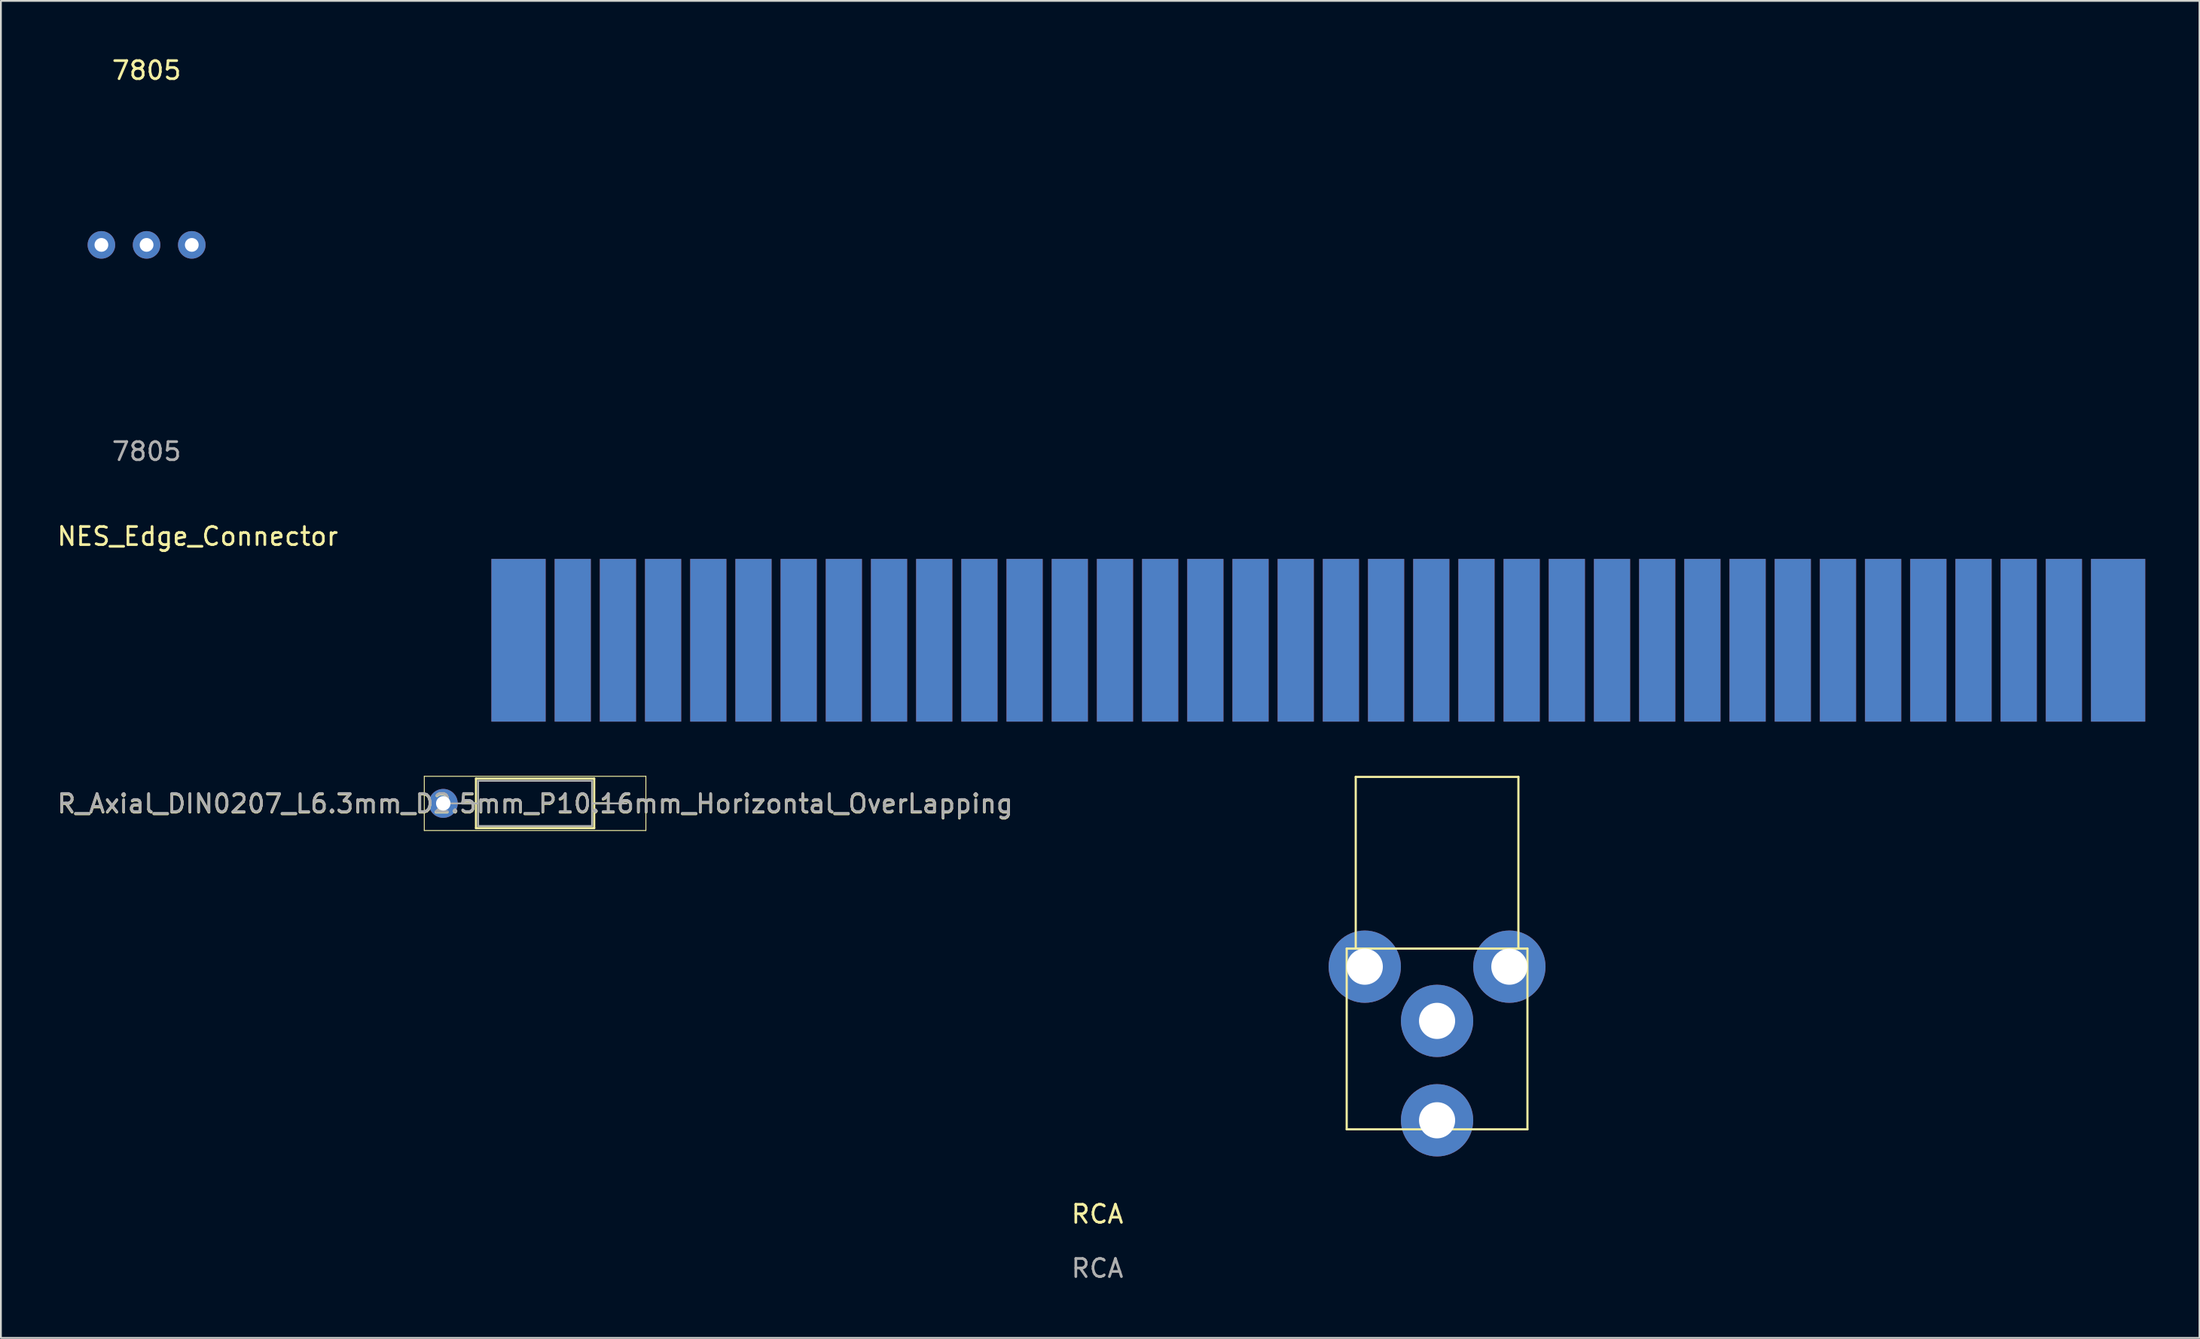
<source format=kicad_pcb>
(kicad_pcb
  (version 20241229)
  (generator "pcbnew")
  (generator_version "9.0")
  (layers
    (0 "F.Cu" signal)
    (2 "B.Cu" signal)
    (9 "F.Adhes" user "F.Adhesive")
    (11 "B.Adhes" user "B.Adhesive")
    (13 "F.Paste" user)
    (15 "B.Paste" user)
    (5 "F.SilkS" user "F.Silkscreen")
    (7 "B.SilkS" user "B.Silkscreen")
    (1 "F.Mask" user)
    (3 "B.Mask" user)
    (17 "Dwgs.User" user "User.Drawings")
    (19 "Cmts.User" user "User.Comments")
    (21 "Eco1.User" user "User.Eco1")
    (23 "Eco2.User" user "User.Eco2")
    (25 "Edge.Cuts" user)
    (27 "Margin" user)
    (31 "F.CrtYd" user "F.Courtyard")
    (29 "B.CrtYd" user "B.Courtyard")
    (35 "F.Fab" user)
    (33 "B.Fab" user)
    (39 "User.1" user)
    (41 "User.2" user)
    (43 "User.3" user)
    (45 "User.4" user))
  (footprint "7805"
    (layer "F.Cu")
    (at 5.06 10.5)
    (property "Reference" "7805" (at 0 -9.652 0) (unlocked yes) (layer "F.SilkS") (effects (font (size 1 1) (thickness 0.15))))
    (attr through_hole)
    (fp_line (start -5 -2.25) (end 5 -2.25) (stroke (width 0.12) (type solid)) (layer "F.Mask"))
    (fp_line (start -5 2.25) (end -5 -2.25) (stroke (width 0.12) (type solid)) (layer "F.Mask"))
    (fp_line (start 5 -2.25) (end 5 2.25) (stroke (width 0.12) (type solid)) (layer "F.Mask"))
    (fp_line (start 5 2.25) (end -5 2.25) (stroke (width 0.12) (type solid)) (layer "F.Mask"))
    (fp_text user "${REFERENCE}" (at 0 11.43 0) (unlocked yes) (layer "F.Fab") (effects (font (size 1 1) (thickness 0.15))))
    (pad "1" thru_hole circle (at -2.5 0) (size 1.524 1.524) (drill 0.762) (layers "*.Cu" "*.Mask"))
    (pad "2" thru_hole circle (at 0 0) (size 1.524 1.524) (drill 0.762) (layers "*.Cu" "*.Mask"))
    (pad "3" thru_hole circle (at 2.5 0) (size 1.524 1.524) (drill 0.762) (layers "*.Cu" "*.Mask")))
  (footprint "NES_Edge_Connector"
    (layer "F.Cu")
    (at 7.887 26.127)
    (property "Reference" "NES_Edge_Connector" (at 0 0.5 0) (layer "F.SilkS") (effects (font (size 1 1) (thickness 0.15))))
    (attr through_hole)
    (pad "1" smd rect (at 17.75 6.25) (size 3 9) (layers "F.Cu" "F.Mask" "F.Paste"))
    (pad "1" smd rect (at 17.75 6.25) (size 3 9) (layers "B.Cu" "B.Mask" "B.Paste"))
    (pad "2" smd rect (at 20.75 6.25) (size 2 9) (layers "F.Cu" "F.Mask" "F.Paste"))
    (pad "2" smd rect (at 20.75 6.25) (size 2 9) (layers "B.Cu" "B.Mask" "B.Paste"))
    (pad "3" smd rect (at 23.25 6.25) (size 2 9) (layers "F.Cu" "F.Mask" "F.Paste"))
    (pad "3" smd rect (at 23.25 6.25) (size 2 9) (layers "B.Cu" "B.Mask" "B.Paste"))
    (pad "4" smd rect (at 25.75 6.25) (size 2 9) (layers "F.Cu" "F.Mask" "F.Paste"))
    (pad "4" smd rect (at 25.75 6.25) (size 2 9) (layers "B.Cu" "B.Mask" "B.Paste"))
    (pad "5" smd rect (at 28.25 6.25) (size 2 9) (layers "F.Cu" "F.Mask" "F.Paste"))
    (pad "5" smd rect (at 28.25 6.25) (size 2 9) (layers "B.Cu" "B.Mask" "B.Paste"))
    (pad "6" smd rect (at 30.75 6.25) (size 2 9) (layers "F.Cu" "F.Mask" "F.Paste"))
    (pad "6" smd rect (at 30.75 6.25) (size 2 9) (layers "B.Cu" "B.Mask" "B.Paste"))
    (pad "7" smd rect (at 33.25 6.25) (size 2 9) (layers "F.Cu" "F.Mask" "F.Paste"))
    (pad "7" smd rect (at 33.25 6.25) (size 2 9) (layers "B.Cu" "B.Mask" "B.Paste"))
    (pad "8" smd rect (at 35.75 6.25) (size 2 9) (layers "F.Cu" "F.Mask" "F.Paste"))
    (pad "8" smd rect (at 35.75 6.25) (size 2 9) (layers "B.Cu" "B.Mask" "B.Paste"))
    (pad "9" smd rect (at 38.25 6.25) (size 2 9) (layers "F.Cu" "F.Mask" "F.Paste"))
    (pad "9" smd rect (at 38.25 6.25) (size 2 9) (layers "B.Cu" "B.Mask" "B.Paste"))
    (pad "10" smd rect (at 40.75 6.25) (size 2 9) (layers "F.Cu" "F.Mask" "F.Paste"))
    (pad "10" smd rect (at 40.75 6.25) (size 2 9) (layers "B.Cu" "B.Mask" "B.Paste"))
    (pad "11" smd rect (at 43.25 6.25) (size 2 9) (layers "F.Cu" "F.Mask" "F.Paste"))
    (pad "11" smd rect (at 43.25 6.25) (size 2 9) (layers "B.Cu" "B.Mask" "B.Paste"))
    (pad "12" smd rect (at 45.75 6.25) (size 2 9) (layers "F.Cu" "F.Mask" "F.Paste"))
    (pad "12" smd rect (at 45.75 6.25) (size 2 9) (layers "B.Cu" "B.Mask" "B.Paste"))
    (pad "13" smd rect (at 48.25 6.25) (size 2 9) (layers "F.Cu" "F.Mask" "F.Paste"))
    (pad "13" smd rect (at 48.25 6.25) (size 2 9) (layers "B.Cu" "B.Mask" "B.Paste"))
    (pad "14" smd rect (at 50.75 6.25) (size 2 9) (layers "F.Cu" "F.Mask" "F.Paste"))
    (pad "14" smd rect (at 50.75 6.25) (size 2 9) (layers "B.Cu" "B.Mask" "B.Paste"))
    (pad "15" smd rect (at 53.25 6.25) (size 2 9) (layers "F.Cu" "F.Mask" "F.Paste"))
    (pad "15" smd rect (at 53.25 6.25) (size 2 9) (layers "B.Cu" "B.Mask" "B.Paste"))
    (pad "16" smd rect (at 55.75 6.25) (size 2 9) (layers "F.Cu" "F.Mask" "F.Paste"))
    (pad "16" smd rect (at 55.75 6.25) (size 2 9) (layers "B.Cu" "B.Mask" "B.Paste"))
    (pad "17" smd rect (at 58.25 6.25) (size 2 9) (layers "F.Cu" "F.Mask" "F.Paste"))
    (pad "17" smd rect (at 58.25 6.25) (size 2 9) (layers "B.Cu" "B.Mask" "B.Paste"))
    (pad "18" smd rect (at 60.75 6.25) (size 2 9) (layers "F.Cu" "F.Mask" "F.Paste"))
    (pad "18" smd rect (at 60.75 6.25) (size 2 9) (layers "B.Cu" "B.Mask" "B.Paste"))
    (pad "19" smd rect (at 63.25 6.25) (size 2 9) (layers "F.Cu" "F.Mask" "F.Paste"))
    (pad "19" smd rect (at 63.25 6.25) (size 2 9) (layers "B.Cu" "B.Mask" "B.Paste"))
    (pad "20" smd rect (at 65.75 6.25) (size 2 9) (layers "F.Cu" "F.Mask" "F.Paste"))
    (pad "20" smd rect (at 65.75 6.25) (size 2 9) (layers "B.Cu" "B.Mask" "B.Paste"))
    (pad "21" smd rect (at 68.25 6.25) (size 2 9) (layers "F.Cu" "F.Mask" "F.Paste"))
    (pad "21" smd rect (at 68.25 6.25) (size 2 9) (layers "B.Cu" "B.Mask" "B.Paste"))
    (pad "22" smd rect (at 70.75 6.25) (size 2 9) (layers "F.Cu" "F.Mask" "F.Paste"))
    (pad "22" smd rect (at 70.75 6.25) (size 2 9) (layers "B.Cu" "B.Mask" "B.Paste"))
    (pad "23" smd rect (at 73.25 6.25) (size 2 9) (layers "F.Cu" "F.Mask" "F.Paste"))
    (pad "23" smd rect (at 73.25 6.25) (size 2 9) (layers "B.Cu" "B.Mask" "B.Paste"))
    (pad "24" smd rect (at 75.75 6.25) (size 2 9) (layers "F.Cu" "F.Mask" "F.Paste"))
    (pad "24" smd rect (at 75.75 6.25) (size 2 9) (layers "B.Cu" "B.Mask" "B.Paste"))
    (pad "25" smd rect (at 78.25 6.25) (size 2 9) (layers "F.Cu" "F.Mask" "F.Paste"))
    (pad "25" smd rect (at 78.25 6.25) (size 2 9) (layers "B.Cu" "B.Mask" "B.Paste"))
    (pad "26" smd rect (at 80.75 6.25) (size 2 9) (layers "F.Cu" "F.Mask" "F.Paste"))
    (pad "26" smd rect (at 80.75 6.25) (size 2 9) (layers "B.Cu" "B.Mask" "B.Paste"))
    (pad "27" smd rect (at 83.25 6.25) (size 2 9) (layers "F.Cu" "F.Mask" "F.Paste"))
    (pad "27" smd rect (at 83.25 6.25) (size 2 9) (layers "B.Cu" "B.Mask" "B.Paste"))
    (pad "28" smd rect (at 85.75 6.25) (size 2 9) (layers "F.Cu" "F.Mask" "F.Paste"))
    (pad "28" smd rect (at 85.75 6.25) (size 2 9) (layers "B.Cu" "B.Mask" "B.Paste"))
    (pad "29" smd rect (at 88.25 6.25) (size 2 9) (layers "F.Cu" "F.Mask" "F.Paste"))
    (pad "29" smd rect (at 88.25 6.25) (size 2 9) (layers "B.Cu" "B.Mask" "B.Paste"))
    (pad "30" smd rect (at 90.75 6.25) (size 2 9) (layers "F.Cu" "F.Mask" "F.Paste"))
    (pad "30" smd rect (at 90.75 6.25) (size 2 9) (layers "B.Cu" "B.Mask" "B.Paste"))
    (pad "31" smd rect (at 93.25 6.25) (size 2 9) (layers "F.Cu" "F.Mask" "F.Paste"))
    (pad "31" smd rect (at 93.25 6.25) (size 2 9) (layers "B.Cu" "B.Mask" "B.Paste"))
    (pad "32" smd rect (at 95.75 6.25) (size 2 9) (layers "F.Cu" "F.Mask" "F.Paste"))
    (pad "32" smd rect (at 95.75 6.25) (size 2 9) (layers "B.Cu" "B.Mask" "B.Paste"))
    (pad "33" smd rect (at 98.25 6.25) (size 2 9) (layers "F.Cu" "F.Mask" "F.Paste"))
    (pad "33" smd rect (at 98.25 6.25) (size 2 9) (layers "B.Cu" "B.Mask" "B.Paste"))
    (pad "34" smd rect (at 100.75 6.25) (size 2 9) (layers "F.Cu" "F.Mask" "F.Paste"))
    (pad "34" smd rect (at 100.75 6.25) (size 2 9) (layers "B.Cu" "B.Mask" "B.Paste"))
    (pad "35" smd rect (at 103.25 6.25) (size 2 9) (layers "F.Cu" "F.Mask" "F.Paste"))
    (pad "35" smd rect (at 103.25 6.25) (size 2 9) (layers "B.Cu" "B.Mask" "B.Paste"))
    (pad "36" smd rect (at 106.25 6.25) (size 3 9) (layers "F.Cu" "F.Mask" "F.Paste"))
    (pad "36" smd rect (at 106.25 6.25) (size 3 9) (layers "B.Cu" "B.Mask" "B.Paste")))
  (footprint "R_Axial_DIN0207_L6.3mm_D2.5mm_P10.16mm_Horizontal_OverLapping"
    (layer "F.Cu")
    (at 21.474 41.402)
    (property "Reference" "R_Axial_DIN0207_L6.3mm_D2.5mm_P10.16mm_Horizontal_OverLapping" (at 5.08 0.029 0) (layer "F.SilkS") (effects (font (size 1 1) (thickness 0.15))))
    (attr through_hole)
    (fp_line (start -1.05 -1.5) (end -1.05 1.5) (stroke (width 0.05) (type solid)) (layer "F.SilkS"))
    (fp_line (start -1.05 1.5) (end 11.21 1.5) (stroke (width 0.05) (type solid)) (layer "F.SilkS"))
    (fp_line (start 1.04 0) (end 1.81 0) (stroke (width 0.12) (type solid)) (layer "F.SilkS"))
    (fp_line (start 1.81 -1.37) (end 1.81 1.37) (stroke (width 0.12) (type solid)) (layer "F.SilkS"))
    (fp_line (start 1.81 1.37) (end 8.35 1.37) (stroke (width 0.12) (type solid)) (layer "F.SilkS"))
    (fp_line (start 8.35 -1.37) (end 1.81 -1.37) (stroke (width 0.12) (type solid)) (layer "F.SilkS"))
    (fp_line (start 8.35 1.37) (end 8.35 -1.37) (stroke (width 0.12) (type solid)) (layer "F.SilkS"))
    (fp_line (start 9.12 0) (end 8.35 0) (stroke (width 0.12) (type solid)) (layer "F.SilkS"))
    (fp_line (start 11.21 -1.5) (end -1.05 -1.5) (stroke (width 0.05) (type solid)) (layer "F.SilkS"))
    (fp_line (start 11.21 1.5) (end 11.21 -1.5) (stroke (width 0.05) (type solid)) (layer "F.SilkS"))
    (fp_line (start 0 0) (end 1.93 0) (stroke (width 0.1) (type solid)) (layer "F.Fab"))
    (fp_line (start 1.93 -1.25) (end 1.93 1.25) (stroke (width 0.1) (type solid)) (layer "F.Fab"))
    (fp_line (start 1.93 1.25) (end 8.23 1.25) (stroke (width 0.1) (type solid)) (layer "F.Fab"))
    (fp_line (start 8.23 -1.25) (end 1.93 -1.25) (stroke (width 0.1) (type solid)) (layer "F.Fab"))
    (fp_line (start 8.23 1.25) (end 8.23 -1.25) (stroke (width 0.1) (type solid)) (layer "F.Fab"))
    (fp_line (start 10.16 0) (end 8.23 0) (stroke (width 0.1) (type solid)) (layer "F.Fab"))
    (fp_text user "${REFERENCE}" (at 5.08 0 0) (layer "F.Fab") (effects (font (size 1 1) (thickness 0.15))))
    (pad "1" thru_hole circle (at 0 0) (size 1.6 1.6) (drill 0.8) (layers "*.Cu" "*.Mask")))
  (footprint "RCA"
    (layer "F.Cu")
    (at 76.457 53.437)
    (property "Reference" "RCA" (at -18.796 10.692 0) (unlocked yes) (layer "F.SilkS") (effects (font (size 1 1) (thickness 0.15))))
    (attr through_hole)
    (fp_line (start -5 -4) (end 5 -4) (stroke (width 0.12) (type solid)) (layer "F.SilkS"))
    (fp_line (start -5 6) (end -5 -4) (stroke (width 0.12) (type solid)) (layer "F.SilkS"))
    (fp_line (start -4.5 -13.5) (end 4.5 -13.5) (stroke (width 0.12) (type solid)) (layer "F.SilkS"))
    (fp_line (start -4.5 -4) (end -4.5 -13.5) (stroke (width 0.12) (type solid)) (layer "F.SilkS"))
    (fp_line (start 4.5 -13.5) (end 4.5 -4) (stroke (width 0.12) (type solid)) (layer "F.SilkS"))
    (fp_line (start 5 -4) (end 5 6) (stroke (width 0.12) (type solid)) (layer "F.SilkS"))
    (fp_line (start 5 6) (end -5 6) (stroke (width 0.12) (type solid)) (layer "F.SilkS"))
    (fp_text user "${REFERENCE}" (at -18.796 13.692 0) (unlocked yes) (layer "F.Fab") (effects (font (size 1 1) (thickness 0.15))))
    (pad "1" thru_hole circle (at 0 0) (size 4 4) (drill 2) (layers "*.Cu" "*.Mask"))
    (pad "2" thru_hole circle (at 0 5.5) (size 4 4) (drill 2) (layers "*.Cu" "*.Mask"))
    (pad "3" thru_hole circle (at 4 -3) (size 4 4) (drill 2) (layers "*.Cu" "*.Mask"))
    (pad "4" thru_hole circle (at -4 -3) (size 4 4) (drill 2) (layers "*.Cu" "*.Mask")))
  (gr_rect
    (start -3 -3)
    (end 118.637 70.977)
    (stroke (width 0.1) (type default))
    (fill no)
    (layer "Edge.Cuts")))
</source>
